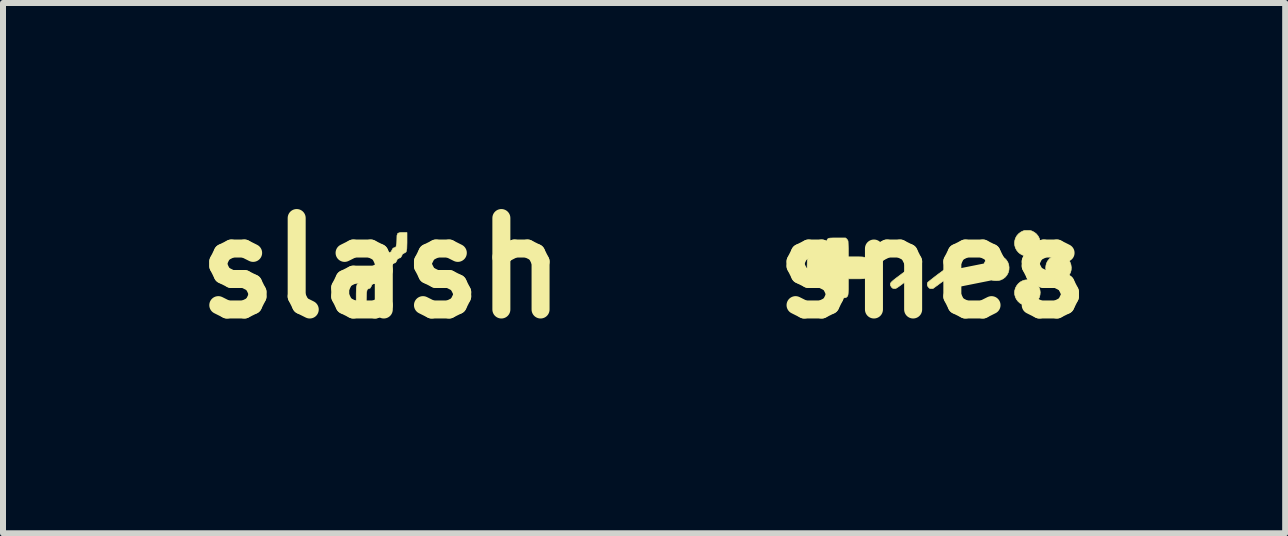
<source format=kicad_pcb>
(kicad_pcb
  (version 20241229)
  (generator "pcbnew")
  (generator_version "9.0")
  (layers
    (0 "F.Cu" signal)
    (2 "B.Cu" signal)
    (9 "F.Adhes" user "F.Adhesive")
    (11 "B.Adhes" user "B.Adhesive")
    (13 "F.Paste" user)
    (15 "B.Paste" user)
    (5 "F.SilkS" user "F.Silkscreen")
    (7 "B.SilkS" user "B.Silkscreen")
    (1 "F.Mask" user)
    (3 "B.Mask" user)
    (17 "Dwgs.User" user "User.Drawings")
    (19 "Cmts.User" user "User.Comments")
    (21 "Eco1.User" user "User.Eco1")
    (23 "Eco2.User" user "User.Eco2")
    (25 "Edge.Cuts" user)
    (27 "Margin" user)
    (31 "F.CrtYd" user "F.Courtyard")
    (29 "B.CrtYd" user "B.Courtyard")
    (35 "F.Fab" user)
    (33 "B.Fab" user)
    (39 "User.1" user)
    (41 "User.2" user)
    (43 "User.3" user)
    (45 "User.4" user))
  (footprint "slash"
    (layer "F.Cu")
    (at 3.309 1.418)
    (property "Reference" "slash" (at 0 0 0) (layer "F.SilkS") (effects (font (size 1.524 1.524) (thickness 0.3))))
    (attr through_hole)
    (fp_poly (pts (xy 0.423 -0.423) (xy 0.42 -0.325) (xy 0.409 -0.272) (xy 0.386 -0.254) (xy 0.381 -0.254) (xy 0.344 -0.231) (xy 0.339 -0.212) (xy 0.316 -0.174) (xy 0.296 -0.169) (xy 0.259 -0.147) (xy 0.254 -0.127) (xy 0.231 -0.09) (xy 0.212 -0.085) (xy 0.174 -0.062) (xy 0.169 -0.042) (xy 0.147 -0.005) (xy 0.127 0) (xy 0.09 0.023) (xy 0.085 0.042) (xy 0.062 0.08) (xy 0.042 0.085) (xy 0.005 0.107) (xy 0 0.127) (xy -0.023 0.164) (xy -0.042 0.169) (xy -0.08 0.192) (xy -0.085 0.212) (xy -0.107 0.249) (xy -0.127 0.254) (xy -0.164 0.277) (xy -0.169 0.296) (xy -0.192 0.334) (xy -0.212 0.339) (xy -0.24 0.355) (xy -0.252 0.412) (xy -0.254 0.466) (xy -0.256 0.544) (xy -0.271 0.581) (xy -0.307 0.592) (xy -0.339 0.593) (xy -0.423 0.593) (xy -0.423 0.423) (xy -0.42 0.325) (xy -0.409 0.272) (xy -0.386 0.254) (xy -0.381 0.254) (xy -0.344 0.231) (xy -0.339 0.212) (xy -0.316 0.174) (xy -0.296 0.169) (xy -0.259 0.147) (xy -0.254 0.127) (xy -0.231 0.09) (xy -0.212 0.085) (xy -0.174 0.062) (xy -0.169 0.042) (xy -0.147 0.005) (xy -0.127 0) (xy -0.09 -0.023) (xy -0.085 -0.042) (xy -0.062 -0.08) (xy -0.042 -0.085) (xy -0.005 -0.107) (xy 0 -0.127) (xy 0.023 -0.164) (xy 0.042 -0.169) (xy 0.08 -0.192) (xy 0.085 -0.212) (xy 0.107 -0.249) (xy 0.127 -0.254) (xy 0.164 -0.277) (xy 0.169 -0.296) (xy 0.192 -0.334) (xy 0.212 -0.339) (xy 0.24 -0.355) (xy 0.252 -0.412) (xy 0.254 -0.466) (xy 0.256 -0.544) (xy 0.271 -0.581) (xy 0.307 -0.592) (xy 0.339 -0.593) (xy 0.423 -0.593) (xy 0.423 -0.423)) (stroke (width 0.01) (type solid)) (fill yes) (layer "F.SilkS")))
  (footprint "snes"
    (layer "F.Cu")
    (at 12.493 1.418)
    (property "Reference" "snes" (at 0 0 0) (layer "F.SilkS") (effects (font (size 1.524 1.524) (thickness 0.3))))
    (attr through_hole)
    (fp_poly (pts (xy 1.611 0.197) (xy 1.655 0.21) (xy 1.694 0.23) (xy 1.727 0.256) (xy 1.753 0.288) (xy 1.773 0.323) (xy 1.786 0.362) (xy 1.791 0.402) (xy 1.788 0.443) (xy 1.778 0.484) (xy 1.758 0.522) (xy 1.732 0.556) (xy 1.697 0.586) (xy 1.657 0.608) (xy 1.614 0.62) (xy 1.568 0.623) (xy 1.534 0.619) (xy 1.493 0.606) (xy 1.456 0.585) (xy 1.424 0.557) (xy 1.397 0.523) (xy 1.378 0.485) (xy 1.366 0.444) (xy 1.363 0.401) (xy 1.366 0.375) (xy 1.378 0.332) (xy 1.399 0.293) (xy 1.426 0.259) (xy 1.459 0.231) (xy 1.496 0.211) (xy 1.537 0.198) (xy 1.58 0.194) (xy 1.611 0.197)) (stroke (width 0.01) (type solid)) (fill yes) (layer "F.SilkS"))
    (fp_poly (pts (xy 1.087 -0.216) (xy 1.129 -0.206) (xy 1.167 -0.188) (xy 1.201 -0.163) (xy 1.23 -0.132) (xy 1.252 -0.096) (xy 1.266 -0.056) (xy 1.272 -0.013) (xy 1.27 0.03) (xy 1.258 0.075) (xy 1.237 0.115) (xy 1.209 0.149) (xy 1.174 0.177) (xy 1.133 0.197) (xy 1.129 0.198) (xy 1.1 0.205) (xy 1.065 0.208) (xy 1.03 0.207) (xy 0.998 0.202) (xy 0.987 0.198) (xy 0.956 0.185) (xy 0.932 0.17) (xy 0.908 0.148) (xy 0.903 0.143) (xy 0.875 0.107) (xy 0.857 0.068) (xy 0.846 0.027) (xy 0.844 -0.013) (xy 0.85 -0.053) (xy 0.863 -0.091) (xy 0.883 -0.127) (xy 0.909 -0.158) (xy 0.941 -0.183) (xy 0.979 -0.203) (xy 1.022 -0.214) (xy 1.041 -0.217) (xy 1.087 -0.216)) (stroke (width 0.01) (type solid)) (fill yes) (layer "F.SilkS"))
    (fp_poly (pts (xy 2.141 -0.213) (xy 2.181 -0.2) (xy 2.218 -0.181) (xy 2.25 -0.154) (xy 2.277 -0.12) (xy 2.287 -0.101) (xy 2.303 -0.057) (xy 2.309 -0.013) (xy 2.307 0.031) (xy 2.296 0.072) (xy 2.276 0.111) (xy 2.249 0.146) (xy 2.214 0.175) (xy 2.186 0.191) (xy 2.171 0.198) (xy 2.156 0.202) (xy 2.14 0.205) (xy 2.118 0.206) (xy 2.103 0.207) (xy 2.075 0.207) (xy 2.055 0.206) (xy 2.038 0.203) (xy 2.023 0.198) (xy 1.983 0.179) (xy 1.949 0.152) (xy 1.921 0.12) (xy 1.901 0.084) (xy 1.888 0.044) (xy 1.882 0.003) (xy 1.885 -0.038) (xy 1.895 -0.079) (xy 1.914 -0.118) (xy 1.942 -0.153) (xy 1.945 -0.156) (xy 1.979 -0.184) (xy 2.018 -0.203) (xy 2.058 -0.215) (xy 2.1 -0.218) (xy 2.141 -0.213)) (stroke (width 0.01) (type solid)) (fill yes) (layer "F.SilkS"))
    (fp_poly (pts (xy 0.27 0.007) (xy 0.29 0.019) (xy 0.306 0.036) (xy 0.315 0.055) (xy 0.317 0.079) (xy 0.311 0.101) (xy 0.299 0.119) (xy 0.298 0.12) (xy 0.292 0.126) (xy 0.278 0.136) (xy 0.258 0.152) (xy 0.233 0.17) (xy 0.204 0.192) (xy 0.172 0.216) (xy 0.146 0.236) (xy 0.004 0.34) (xy -0.023 0.34) (xy -0.04 0.34) (xy -0.052 0.336) (xy -0.063 0.328) (xy -0.066 0.324) (xy -0.084 0.301) (xy -0.091 0.277) (xy -0.089 0.252) (xy -0.085 0.241) (xy -0.08 0.235) (xy -0.068 0.225) (xy -0.049 0.209) (xy -0.026 0.191) (xy 0.001 0.17) (xy 0.03 0.147) (xy 0.062 0.123) (xy 0.093 0.099) (xy 0.124 0.077) (xy 0.152 0.056) (xy 0.178 0.037) (xy 0.2 0.022) (xy 0.216 0.011) (xy 0.226 0.005) (xy 0.227 0.005) (xy 0.248 0.002) (xy 0.27 0.007)) (stroke (width 0.01) (type solid)) (fill yes) (layer "F.SilkS"))
    (fp_poly (pts (xy 1.603 -0.627) (xy 1.621 -0.626) (xy 1.635 -0.624) (xy 1.648 -0.62) (xy 1.663 -0.613) (xy 1.668 -0.611) (xy 1.698 -0.593) (xy 1.726 -0.571) (xy 1.729 -0.568) (xy 1.757 -0.533) (xy 1.777 -0.494) (xy 1.788 -0.454) (xy 1.791 -0.412) (xy 1.786 -0.37) (xy 1.773 -0.331) (xy 1.753 -0.294) (xy 1.725 -0.262) (xy 1.691 -0.235) (xy 1.668 -0.223) (xy 1.649 -0.214) (xy 1.632 -0.209) (xy 1.613 -0.207) (xy 1.588 -0.205) (xy 1.565 -0.205) (xy 1.543 -0.206) (xy 1.527 -0.208) (xy 1.523 -0.208) (xy 1.488 -0.221) (xy 1.453 -0.242) (xy 1.425 -0.266) (xy 1.397 -0.301) (xy 1.377 -0.339) (xy 1.366 -0.38) (xy 1.363 -0.422) (xy 1.368 -0.463) (xy 1.381 -0.503) (xy 1.402 -0.54) (xy 1.43 -0.572) (xy 1.465 -0.599) (xy 1.487 -0.611) (xy 1.503 -0.618) (xy 1.516 -0.623) (xy 1.53 -0.626) (xy 1.547 -0.627) (xy 1.57 -0.627) (xy 1.577 -0.627) (xy 1.603 -0.627)) (stroke (width 0.01) (type solid)) (fill yes) (layer "F.SilkS"))
    (fp_poly (pts (xy -0.343 0.007) (xy -0.323 0.019) (xy -0.307 0.038) (xy -0.299 0.057) (xy -0.296 0.074) (xy -0.298 0.089) (xy -0.3 0.095) (xy -0.303 0.101) (xy -0.307 0.107) (xy -0.313 0.114) (xy -0.321 0.122) (xy -0.333 0.133) (xy -0.349 0.146) (xy -0.37 0.162) (xy -0.396 0.182) (xy -0.429 0.206) (xy -0.468 0.235) (xy -0.515 0.27) (xy -0.515 0.27) (xy -0.545 0.292) (xy -0.569 0.309) (xy -0.587 0.322) (xy -0.601 0.33) (xy -0.611 0.336) (xy -0.619 0.339) (xy -0.627 0.34) (xy -0.634 0.34) (xy -0.651 0.339) (xy -0.666 0.335) (xy -0.67 0.333) (xy -0.683 0.322) (xy -0.695 0.305) (xy -0.704 0.286) (xy -0.706 0.272) (xy -0.706 0.263) (xy -0.703 0.254) (xy -0.699 0.245) (xy -0.691 0.234) (xy -0.679 0.223) (xy -0.663 0.208) (xy -0.642 0.191) (xy -0.614 0.169) (xy -0.579 0.143) (xy -0.544 0.117) (xy -0.51 0.091) (xy -0.478 0.068) (xy -0.449 0.047) (xy -0.425 0.03) (xy -0.405 0.016) (xy -0.392 0.008) (xy -0.387 0.004) (xy -0.365 0.001) (xy -0.343 0.007)) (stroke (width 0.01) (type solid)) (fill yes) (layer "F.SilkS"))
    (fp_poly (pts (xy -1.435 -0.487) (xy -1.423 -0.473) (xy -1.414 -0.457) (xy -1.412 -0.453) (xy -1.411 -0.443) (xy -1.41 -0.424) (xy -1.409 -0.398) (xy -1.408 -0.367) (xy -1.407 -0.333) (xy -1.407 -0.311) (xy -1.407 -0.188) (xy -1.281 -0.188) (xy -1.237 -0.188) (xy -1.202 -0.187) (xy -1.175 -0.186) (xy -1.154 -0.183) (xy -1.138 -0.18) (xy -1.125 -0.175) (xy -1.116 -0.168) (xy -1.107 -0.16) (xy -1.103 -0.155) (xy -1.1 -0.15) (xy -1.097 -0.145) (xy -1.095 -0.138) (xy -1.094 -0.129) (xy -1.093 -0.114) (xy -1.093 -0.095) (xy -1.092 -0.068) (xy -1.092 -0.034) (xy -1.092 -0.004) (xy -1.092 0.039) (xy -1.093 0.074) (xy -1.093 0.101) (xy -1.095 0.121) (xy -1.098 0.136) (xy -1.101 0.146) (xy -1.107 0.154) (xy -1.114 0.16) (xy -1.123 0.165) (xy -1.128 0.168) (xy -1.135 0.171) (xy -1.143 0.173) (xy -1.152 0.175) (xy -1.166 0.176) (xy -1.184 0.177) (xy -1.209 0.178) (xy -1.241 0.178) (xy -1.277 0.178) (xy -1.407 0.178) (xy -1.407 0.309) (xy -1.407 0.352) (xy -1.408 0.387) (xy -1.409 0.414) (xy -1.411 0.435) (xy -1.414 0.45) (xy -1.418 0.462) (xy -1.424 0.471) (xy -1.431 0.478) (xy -1.439 0.485) (xy -1.444 0.488) (xy -1.45 0.49) (xy -1.458 0.492) (xy -1.469 0.494) (xy -1.485 0.495) (xy -1.506 0.495) (xy -1.536 0.496) (xy -1.573 0.496) (xy -1.584 0.496) (xy -1.62 0.496) (xy -1.653 0.496) (xy -1.681 0.496) (xy -1.704 0.495) (xy -1.719 0.495) (xy -1.725 0.494) (xy -1.736 0.489) (xy -1.747 0.481) (xy -1.754 0.473) (xy -1.76 0.466) (xy -1.765 0.457) (xy -1.768 0.446) (xy -1.77 0.431) (xy -1.772 0.411) (xy -1.773 0.384) (xy -1.773 0.35) (xy -1.773 0.31) (xy -1.773 0.178) (xy -1.912 0.177) (xy -2.052 0.175) (xy -2.065 0.163) (xy -2.074 0.154) (xy -2.08 0.146) (xy -2.085 0.135) (xy -2.088 0.122) (xy -2.091 0.104) (xy -2.092 0.081) (xy -2.093 0.05) (xy -2.093 0.012) (xy -2.093 -0.001) (xy -2.093 -0.037) (xy -2.092 -0.069) (xy -2.091 -0.098) (xy -2.09 -0.12) (xy -2.088 -0.135) (xy -2.088 -0.138) (xy -2.077 -0.158) (xy -2.064 -0.171) (xy -2.046 -0.185) (xy -1.909 -0.187) (xy -1.773 -0.189) (xy -1.773 -0.316) (xy -1.773 -0.356) (xy -1.773 -0.387) (xy -1.772 -0.411) (xy -1.771 -0.428) (xy -1.77 -0.441) (xy -1.768 -0.451) (xy -1.766 -0.459) (xy -1.763 -0.465) (xy -1.757 -0.475) (xy -1.752 -0.484) (xy -1.745 -0.49) (xy -1.735 -0.495) (xy -1.721 -0.499) (xy -1.703 -0.501) (xy -1.678 -0.502) (xy -1.646 -0.503) (xy -1.606 -0.503) (xy -1.588 -0.503) (xy -1.453 -0.503) (xy -1.435 -0.487)) (stroke (width 0.01) (type solid)) (fill yes) (layer "F.SilkS")))
  (gr_rect
    (start -3 -3)
    (end 18.366 5.836)
    (stroke (width 0.1) (type default))
    (fill no)
    (layer "Edge.Cuts")))
</source>
